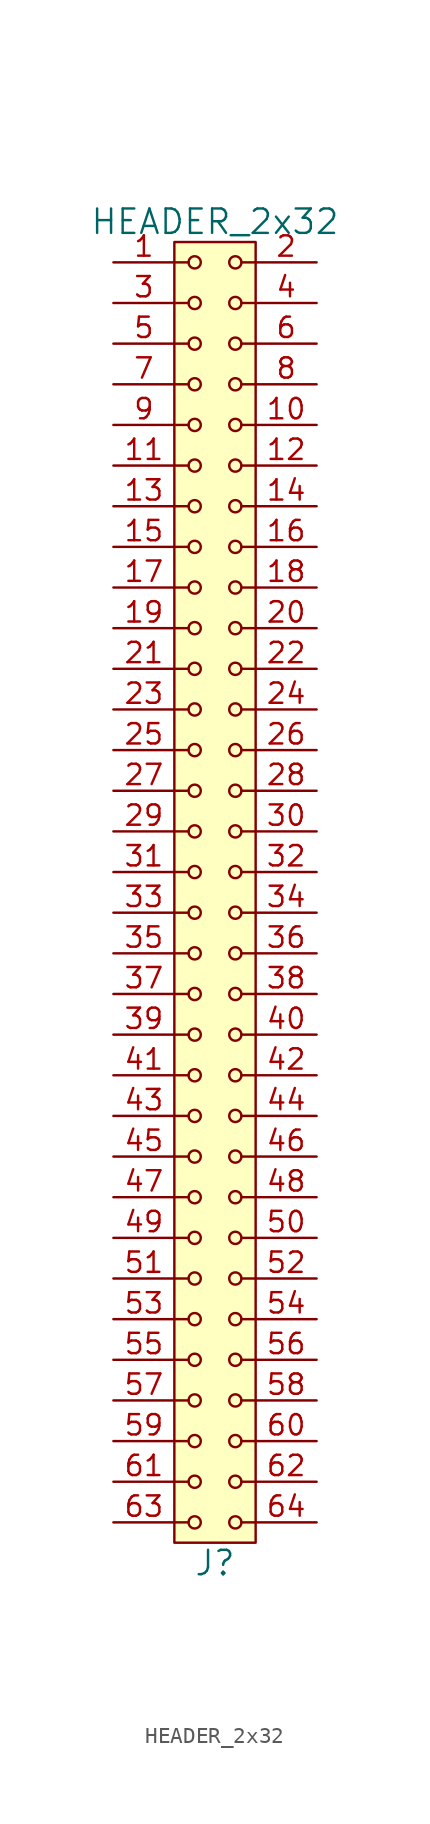
<source format=kicad_sym>
(kicad_symbol_lib
  (version 20211014)
  (generator kicad_symbol_editor)
  (symbol "HEADER_2x32"
    (pin_names
      (offset 1.016))
    (property "Reference" "J"
      (at 0 -41.91 0)
      (effects (font (size 1.524 1.524))))
    (property "Value" "HEADER_2x32"
      (at 0 41.91 0)
      (effects (font (size 1.524 1.524))))
    (property "Footprint" ""
      (at 0 39.37 0)
      (effects (font (size 1.524 1.524))))
    (property "Datasheet" ""
      (at 0 39.37 0)
      (effects (font (size 1.524 1.524))))
    (symbol "HEADER_2x32_0_1"
      (rectangle (start -2.54 40.64) (end 2.54 -40.64) (stroke (width 0) (type default) (color 0 0 0 0)) (fill (type background)))
      (circle (center -1.27 -39.37) (radius 0.381) (stroke (width 0) (type default) (color 0 0 0 0)) (fill (type none)))
      (circle (center -1.27 -36.83) (radius 0.381) (stroke (width 0) (type default) (color 0 0 0 0)) (fill (type none)))
      (circle (center -1.27 -34.29) (radius 0.381) (stroke (width 0) (type default) (color 0 0 0 0)) (fill (type none)))
      (circle (center -1.27 -31.75) (radius 0.381) (stroke (width 0) (type default) (color 0 0 0 0)) (fill (type none)))
      (circle (center -1.27 -29.21) (radius 0.381) (stroke (width 0) (type default) (color 0 0 0 0)) (fill (type none)))
      (circle (center -1.27 -26.67) (radius 0.381) (stroke (width 0) (type default) (color 0 0 0 0)) (fill (type none)))
      (circle (center -1.27 -24.13) (radius 0.381) (stroke (width 0) (type default) (color 0 0 0 0)) (fill (type none)))
      (circle (center -1.27 -21.59) (radius 0.381) (stroke (width 0) (type default) (color 0 0 0 0)) (fill (type none)))
      (circle (center -1.27 -19.05) (radius 0.381) (stroke (width 0) (type default) (color 0 0 0 0)) (fill (type none)))
      (circle (center -1.27 -16.51) (radius 0.381) (stroke (width 0) (type default) (color 0 0 0 0)) (fill (type none)))
      (circle (center -1.27 -13.97) (radius 0.381) (stroke (width 0) (type default) (color 0 0 0 0)) (fill (type none)))
      (circle (center -1.27 -11.43) (radius 0.381) (stroke (width 0) (type default) (color 0 0 0 0)) (fill (type none)))
      (circle (center -1.27 -8.89) (radius 0.381) (stroke (width 0) (type default) (color 0 0 0 0)) (fill (type none)))
      (circle (center -1.27 -6.35) (radius 0.381) (stroke (width 0) (type default) (color 0 0 0 0)) (fill (type none)))
      (circle (center -1.27 -3.81) (radius 0.381) (stroke (width 0) (type default) (color 0 0 0 0)) (fill (type none)))
      (circle (center -1.27 -1.27) (radius 0.381) (stroke (width 0) (type default) (color 0 0 0 0)) (fill (type none)))
      (circle (center -1.27 1.27) (radius 0.381) (stroke (width 0) (type default) (color 0 0 0 0)) (fill (type none)))
      (circle (center -1.27 3.81) (radius 0.381) (stroke (width 0) (type default) (color 0 0 0 0)) (fill (type none)))
      (circle (center -1.27 6.35) (radius 0.381) (stroke (width 0) (type default) (color 0 0 0 0)) (fill (type none)))
      (circle (center -1.27 8.89) (radius 0.381) (stroke (width 0) (type default) (color 0 0 0 0)) (fill (type none)))
      (circle (center -1.27 11.43) (radius 0.381) (stroke (width 0) (type default) (color 0 0 0 0)) (fill (type none)))
      (circle (center -1.27 13.97) (radius 0.381) (stroke (width 0) (type default) (color 0 0 0 0)) (fill (type none)))
      (circle (center -1.27 16.51) (radius 0.381) (stroke (width 0) (type default) (color 0 0 0 0)) (fill (type none)))
      (circle (center -1.27 19.05) (radius 0.381) (stroke (width 0) (type default) (color 0 0 0 0)) (fill (type none)))
      (circle (center -1.27 21.59) (radius 0.381) (stroke (width 0) (type default) (color 0 0 0 0)) (fill (type none)))
      (circle (center -1.27 24.13) (radius 0.381) (stroke (width 0) (type default) (color 0 0 0 0)) (fill (type none)))
      (circle (center -1.27 26.67) (radius 0.381) (stroke (width 0) (type default) (color 0 0 0 0)) (fill (type none)))
      (circle (center -1.27 29.21) (radius 0.381) (stroke (width 0) (type default) (color 0 0 0 0)) (fill (type none)))
      (circle (center -1.27 31.75) (radius 0.381) (stroke (width 0) (type default) (color 0 0 0 0)) (fill (type none)))
      (circle (center -1.27 34.29) (radius 0.381) (stroke (width 0) (type default) (color 0 0 0 0)) (fill (type none)))
      (circle (center -1.27 36.83) (radius 0.381) (stroke (width 0) (type default) (color 0 0 0 0)) (fill (type none)))
      (circle (center -1.27 39.37) (radius 0.381) (stroke (width 0) (type default) (color 0 0 0 0)) (fill (type none)))
      (polyline (pts (xy -1.651 -39.37) (xy -2.54 -39.37)) (stroke (width 0) (type default) (color 0 0 0 0)) (fill (type none)))
      (polyline (pts (xy -1.651 -36.83) (xy -2.54 -36.83)) (stroke (width 0) (type default) (color 0 0 0 0)) (fill (type none)))
      (polyline (pts (xy -1.651 -34.29) (xy -2.54 -34.29)) (stroke (width 0) (type default) (color 0 0 0 0)) (fill (type none)))
      (polyline (pts (xy -1.651 -31.75) (xy -2.54 -31.75)) (stroke (width 0) (type default) (color 0 0 0 0)) (fill (type none)))
      (polyline (pts (xy -1.651 -29.21) (xy -2.54 -29.21)) (stroke (width 0) (type default) (color 0 0 0 0)) (fill (type none)))
      (polyline (pts (xy -1.651 -26.67) (xy -2.54 -26.67)) (stroke (width 0) (type default) (color 0 0 0 0)) (fill (type none)))
      (polyline (pts (xy -1.651 -24.13) (xy -2.54 -24.13)) (stroke (width 0) (type default) (color 0 0 0 0)) (fill (type none)))
      (polyline (pts (xy -1.651 -21.59) (xy -2.54 -21.59)) (stroke (width 0) (type default) (color 0 0 0 0)) (fill (type none)))
      (polyline (pts (xy -1.651 -19.05) (xy -2.54 -19.05)) (stroke (width 0) (type default) (color 0 0 0 0)) (fill (type none)))
      (polyline (pts (xy -1.651 -16.51) (xy -2.54 -16.51)) (stroke (width 0) (type default) (color 0 0 0 0)) (fill (type none)))
      (polyline (pts (xy -1.651 -13.97) (xy -2.54 -13.97)) (stroke (width 0) (type default) (color 0 0 0 0)) (fill (type none)))
      (polyline (pts (xy -1.651 -11.43) (xy -2.54 -11.43)) (stroke (width 0) (type default) (color 0 0 0 0)) (fill (type none)))
      (polyline (pts (xy -1.651 -8.89) (xy -2.54 -8.89)) (stroke (width 0) (type default) (color 0 0 0 0)) (fill (type none)))
      (polyline (pts (xy -1.651 -6.35) (xy -2.54 -6.35)) (stroke (width 0) (type default) (color 0 0 0 0)) (fill (type none)))
      (polyline (pts (xy -1.651 -3.81) (xy -2.54 -3.81)) (stroke (width 0) (type default) (color 0 0 0 0)) (fill (type none)))
      (polyline (pts (xy -1.651 -1.27) (xy -2.54 -1.27)) (stroke (width 0) (type default) (color 0 0 0 0)) (fill (type none)))
      (polyline (pts (xy -1.651 1.27) (xy -2.54 1.27)) (stroke (width 0) (type default) (color 0 0 0 0)) (fill (type none)))
      (polyline (pts (xy -1.651 3.81) (xy -2.54 3.81)) (stroke (width 0) (type default) (color 0 0 0 0)) (fill (type none)))
      (polyline (pts (xy -1.651 6.35) (xy -2.54 6.35)) (stroke (width 0) (type default) (color 0 0 0 0)) (fill (type none)))
      (polyline (pts (xy -1.651 8.89) (xy -2.54 8.89)) (stroke (width 0) (type default) (color 0 0 0 0)) (fill (type none)))
      (polyline (pts (xy -1.651 11.43) (xy -2.54 11.43)) (stroke (width 0) (type default) (color 0 0 0 0)) (fill (type none)))
      (polyline (pts (xy -1.651 13.97) (xy -2.54 13.97)) (stroke (width 0) (type default) (color 0 0 0 0)) (fill (type none)))
      (polyline (pts (xy -1.651 16.51) (xy -2.54 16.51)) (stroke (width 0) (type default) (color 0 0 0 0)) (fill (type none)))
      (polyline (pts (xy -1.651 19.05) (xy -2.54 19.05)) (stroke (width 0) (type default) (color 0 0 0 0)) (fill (type none)))
      (polyline (pts (xy -1.651 21.59) (xy -2.54 21.59)) (stroke (width 0) (type default) (color 0 0 0 0)) (fill (type none)))
      (polyline (pts (xy -1.651 24.13) (xy -2.54 24.13)) (stroke (width 0) (type default) (color 0 0 0 0)) (fill (type none)))
      (polyline (pts (xy -1.651 26.67) (xy -2.54 26.67)) (stroke (width 0) (type default) (color 0 0 0 0)) (fill (type none)))
      (polyline (pts (xy -1.651 29.21) (xy -2.54 29.21)) (stroke (width 0) (type default) (color 0 0 0 0)) (fill (type none)))
      (polyline (pts (xy -1.651 31.75) (xy -2.54 31.75)) (stroke (width 0) (type default) (color 0 0 0 0)) (fill (type none)))
      (polyline (pts (xy -1.651 34.29) (xy -2.54 34.29)) (stroke (width 0) (type default) (color 0 0 0 0)) (fill (type none)))
      (polyline (pts (xy -1.651 36.83) (xy -2.54 36.83)) (stroke (width 0) (type default) (color 0 0 0 0)) (fill (type none)))
      (polyline (pts (xy -1.651 39.37) (xy -2.54 39.37)) (stroke (width 0) (type default) (color 0 0 0 0)) (fill (type none)))
      (polyline (pts (xy 1.651 -39.37) (xy 2.54 -39.37)) (stroke (width 0) (type default) (color 0 0 0 0)) (fill (type none)))
      (polyline (pts (xy 1.651 -36.83) (xy 2.54 -36.83)) (stroke (width 0) (type default) (color 0 0 0 0)) (fill (type none)))
      (polyline (pts (xy 1.651 -34.29) (xy 2.54 -34.29)) (stroke (width 0) (type default) (color 0 0 0 0)) (fill (type none)))
      (polyline (pts (xy 1.651 -31.75) (xy 2.54 -31.75)) (stroke (width 0) (type default) (color 0 0 0 0)) (fill (type none)))
      (polyline (pts (xy 1.651 -29.21) (xy 2.54 -29.21)) (stroke (width 0) (type default) (color 0 0 0 0)) (fill (type none)))
      (polyline (pts (xy 1.651 -26.67) (xy 2.54 -26.67)) (stroke (width 0) (type default) (color 0 0 0 0)) (fill (type none)))
      (polyline (pts (xy 1.651 -24.13) (xy 2.54 -24.13)) (stroke (width 0) (type default) (color 0 0 0 0)) (fill (type none)))
      (polyline (pts (xy 1.651 -21.59) (xy 2.54 -21.59)) (stroke (width 0) (type default) (color 0 0 0 0)) (fill (type none)))
      (polyline (pts (xy 1.651 -19.05) (xy 2.54 -19.05)) (stroke (width 0) (type default) (color 0 0 0 0)) (fill (type none)))
      (polyline (pts (xy 1.651 -16.51) (xy 2.54 -16.51)) (stroke (width 0) (type default) (color 0 0 0 0)) (fill (type none)))
      (polyline (pts (xy 1.651 -13.97) (xy 2.54 -13.97)) (stroke (width 0) (type default) (color 0 0 0 0)) (fill (type none)))
      (polyline (pts (xy 1.651 -11.43) (xy 2.54 -11.43)) (stroke (width 0) (type default) (color 0 0 0 0)) (fill (type none)))
      (polyline (pts (xy 1.651 -8.89) (xy 2.54 -8.89)) (stroke (width 0) (type default) (color 0 0 0 0)) (fill (type none)))
      (polyline (pts (xy 1.651 -6.35) (xy 2.54 -6.35)) (stroke (width 0) (type default) (color 0 0 0 0)) (fill (type none)))
      (polyline (pts (xy 1.651 -3.81) (xy 2.54 -3.81)) (stroke (width 0) (type default) (color 0 0 0 0)) (fill (type none)))
      (polyline (pts (xy 1.651 -1.27) (xy 2.54 -1.27)) (stroke (width 0) (type default) (color 0 0 0 0)) (fill (type none)))
      (polyline (pts (xy 1.651 1.27) (xy 2.54 1.27)) (stroke (width 0) (type default) (color 0 0 0 0)) (fill (type none)))
      (polyline (pts (xy 1.651 3.81) (xy 2.54 3.81)) (stroke (width 0) (type default) (color 0 0 0 0)) (fill (type none)))
      (polyline (pts (xy 1.651 6.35) (xy 2.54 6.35)) (stroke (width 0) (type default) (color 0 0 0 0)) (fill (type none)))
      (polyline (pts (xy 1.651 8.89) (xy 2.54 8.89)) (stroke (width 0) (type default) (color 0 0 0 0)) (fill (type none)))
      (polyline (pts (xy 1.651 11.43) (xy 2.54 11.43)) (stroke (width 0) (type default) (color 0 0 0 0)) (fill (type none)))
      (polyline (pts (xy 1.651 13.97) (xy 2.54 13.97)) (stroke (width 0) (type default) (color 0 0 0 0)) (fill (type none)))
      (polyline (pts (xy 1.651 16.51) (xy 2.54 16.51)) (stroke (width 0) (type default) (color 0 0 0 0)) (fill (type none)))
      (polyline (pts (xy 1.651 19.05) (xy 2.54 19.05)) (stroke (width 0) (type default) (color 0 0 0 0)) (fill (type none)))
      (polyline (pts (xy 1.651 21.59) (xy 2.54 21.59)) (stroke (width 0) (type default) (color 0 0 0 0)) (fill (type none)))
      (polyline (pts (xy 1.651 24.13) (xy 2.54 24.13)) (stroke (width 0) (type default) (color 0 0 0 0)) (fill (type none)))
      (polyline (pts (xy 1.651 26.67) (xy 2.54 26.67)) (stroke (width 0) (type default) (color 0 0 0 0)) (fill (type none)))
      (polyline (pts (xy 1.651 29.21) (xy 2.54 29.21)) (stroke (width 0) (type default) (color 0 0 0 0)) (fill (type none)))
      (polyline (pts (xy 1.651 31.75) (xy 2.54 31.75)) (stroke (width 0) (type default) (color 0 0 0 0)) (fill (type none)))
      (polyline (pts (xy 1.651 34.29) (xy 2.54 34.29)) (stroke (width 0) (type default) (color 0 0 0 0)) (fill (type none)))
      (polyline (pts (xy 1.651 36.83) (xy 2.54 36.83)) (stroke (width 0) (type default) (color 0 0 0 0)) (fill (type none)))
      (polyline (pts (xy 1.651 39.37) (xy 2.54 39.37)) (stroke (width 0) (type default) (color 0 0 0 0)) (fill (type none)))
      (circle (center 1.27 -39.37) (radius 0.381) (stroke (width 0) (type default) (color 0 0 0 0)) (fill (type none)))
      (circle (center 1.27 -36.83) (radius 0.381) (stroke (width 0) (type default) (color 0 0 0 0)) (fill (type none)))
      (circle (center 1.27 -34.29) (radius 0.381) (stroke (width 0) (type default) (color 0 0 0 0)) (fill (type none)))
      (circle (center 1.27 -31.75) (radius 0.381) (stroke (width 0) (type default) (color 0 0 0 0)) (fill (type none)))
      (circle (center 1.27 -29.21) (radius 0.381) (stroke (width 0) (type default) (color 0 0 0 0)) (fill (type none)))
      (circle (center 1.27 -26.67) (radius 0.381) (stroke (width 0) (type default) (color 0 0 0 0)) (fill (type none)))
      (circle (center 1.27 -24.13) (radius 0.381) (stroke (width 0) (type default) (color 0 0 0 0)) (fill (type none)))
      (circle (center 1.27 -21.59) (radius 0.381) (stroke (width 0) (type default) (color 0 0 0 0)) (fill (type none)))
      (circle (center 1.27 -19.05) (radius 0.381) (stroke (width 0) (type default) (color 0 0 0 0)) (fill (type none)))
      (circle (center 1.27 -16.51) (radius 0.381) (stroke (width 0) (type default) (color 0 0 0 0)) (fill (type none)))
      (circle (center 1.27 -13.97) (radius 0.381) (stroke (width 0) (type default) (color 0 0 0 0)) (fill (type none)))
      (circle (center 1.27 -11.43) (radius 0.381) (stroke (width 0) (type default) (color 0 0 0 0)) (fill (type none)))
      (circle (center 1.27 -8.89) (radius 0.381) (stroke (width 0) (type default) (color 0 0 0 0)) (fill (type none)))
      (circle (center 1.27 -6.35) (radius 0.381) (stroke (width 0) (type default) (color 0 0 0 0)) (fill (type none)))
      (circle (center 1.27 -3.81) (radius 0.381) (stroke (width 0) (type default) (color 0 0 0 0)) (fill (type none)))
      (circle (center 1.27 -1.27) (radius 0.381) (stroke (width 0) (type default) (color 0 0 0 0)) (fill (type none)))
      (circle (center 1.27 1.27) (radius 0.381) (stroke (width 0) (type default) (color 0 0 0 0)) (fill (type none)))
      (circle (center 1.27 3.81) (radius 0.381) (stroke (width 0) (type default) (color 0 0 0 0)) (fill (type none)))
      (circle (center 1.27 6.35) (radius 0.381) (stroke (width 0) (type default) (color 0 0 0 0)) (fill (type none)))
      (circle (center 1.27 8.89) (radius 0.381) (stroke (width 0) (type default) (color 0 0 0 0)) (fill (type none)))
      (circle (center 1.27 11.43) (radius 0.381) (stroke (width 0) (type default) (color 0 0 0 0)) (fill (type none)))
      (circle (center 1.27 13.97) (radius 0.381) (stroke (width 0) (type default) (color 0 0 0 0)) (fill (type none)))
      (circle (center 1.27 16.51) (radius 0.381) (stroke (width 0) (type default) (color 0 0 0 0)) (fill (type none)))
      (circle (center 1.27 19.05) (radius 0.381) (stroke (width 0) (type default) (color 0 0 0 0)) (fill (type none)))
      (circle (center 1.27 21.59) (radius 0.381) (stroke (width 0) (type default) (color 0 0 0 0)) (fill (type none)))
      (circle (center 1.27 24.13) (radius 0.381) (stroke (width 0) (type default) (color 0 0 0 0)) (fill (type none)))
      (circle (center 1.27 26.67) (radius 0.381) (stroke (width 0) (type default) (color 0 0 0 0)) (fill (type none)))
      (circle (center 1.27 29.21) (radius 0.381) (stroke (width 0) (type default) (color 0 0 0 0)) (fill (type none)))
      (circle (center 1.27 31.75) (radius 0.381) (stroke (width 0) (type default) (color 0 0 0 0)) (fill (type none)))
      (circle (center 1.27 34.29) (radius 0.381) (stroke (width 0) (type default) (color 0 0 0 0)) (fill (type none)))
      (circle (center 1.27 36.83) (radius 0.381) (stroke (width 0) (type default) (color 0 0 0 0)) (fill (type none)))
      (circle (center 1.27 39.37) (radius 0.381) (stroke (width 0) (type default) (color 0 0 0 0)) (fill (type none))))
    (symbol "HEADER_2x32_1_1"
      (pin input line (at -6.35 39.37 0) (length 3.81) (name "~" (effects (font (size 1.27 1.27)))) (number "1" (effects (font (size 1.27 1.27)))))
      (pin input line (at 6.35 29.21 180) (length 3.81) (name "~" (effects (font (size 1.27 1.27)))) (number "10" (effects (font (size 1.27 1.27)))))
      (pin input line (at -6.35 26.67 0) (length 3.81) (name "~" (effects (font (size 1.27 1.27)))) (number "11" (effects (font (size 1.27 1.27)))))
      (pin input line (at 6.35 26.67 180) (length 3.81) (name "~" (effects (font (size 1.27 1.27)))) (number "12" (effects (font (size 1.27 1.27)))))
      (pin input line (at -6.35 24.13 0) (length 3.81) (name "~" (effects (font (size 1.27 1.27)))) (number "13" (effects (font (size 1.27 1.27)))))
      (pin input line (at 6.35 24.13 180) (length 3.81) (name "~" (effects (font (size 1.27 1.27)))) (number "14" (effects (font (size 1.27 1.27)))))
      (pin input line (at -6.35 21.59 0) (length 3.81) (name "~" (effects (font (size 1.27 1.27)))) (number "15" (effects (font (size 1.27 1.27)))))
      (pin input line (at 6.35 21.59 180) (length 3.81) (name "~" (effects (font (size 1.27 1.27)))) (number "16" (effects (font (size 1.27 1.27)))))
      (pin input line (at -6.35 19.05 0) (length 3.81) (name "~" (effects (font (size 1.27 1.27)))) (number "17" (effects (font (size 1.27 1.27)))))
      (pin input line (at 6.35 19.05 180) (length 3.81) (name "~" (effects (font (size 1.27 1.27)))) (number "18" (effects (font (size 1.27 1.27)))))
      (pin input line (at -6.35 16.51 0) (length 3.81) (name "~" (effects (font (size 1.27 1.27)))) (number "19" (effects (font (size 1.27 1.27)))))
      (pin input line (at 6.35 39.37 180) (length 3.81) (name "~" (effects (font (size 1.27 1.27)))) (number "2" (effects (font (size 1.27 1.27)))))
      (pin input line (at 6.35 16.51 180) (length 3.81) (name "~" (effects (font (size 1.27 1.27)))) (number "20" (effects (font (size 1.27 1.27)))))
      (pin input line (at -6.35 13.97 0) (length 3.81) (name "~" (effects (font (size 1.27 1.27)))) (number "21" (effects (font (size 1.27 1.27)))))
      (pin input line (at 6.35 13.97 180) (length 3.81) (name "~" (effects (font (size 1.27 1.27)))) (number "22" (effects (font (size 1.27 1.27)))))
      (pin input line (at -6.35 11.43 0) (length 3.81) (name "~" (effects (font (size 1.27 1.27)))) (number "23" (effects (font (size 1.27 1.27)))))
      (pin input line (at 6.35 11.43 180) (length 3.81) (name "~" (effects (font (size 1.27 1.27)))) (number "24" (effects (font (size 1.27 1.27)))))
      (pin input line (at -6.35 8.89 0) (length 3.81) (name "~" (effects (font (size 1.27 1.27)))) (number "25" (effects (font (size 1.27 1.27)))))
      (pin input line (at 6.35 8.89 180) (length 3.81) (name "~" (effects (font (size 1.27 1.27)))) (number "26" (effects (font (size 1.27 1.27)))))
      (pin input line (at -6.35 6.35 0) (length 3.81) (name "~" (effects (font (size 1.27 1.27)))) (number "27" (effects (font (size 1.27 1.27)))))
      (pin input line (at 6.35 6.35 180) (length 3.81) (name "~" (effects (font (size 1.27 1.27)))) (number "28" (effects (font (size 1.27 1.27)))))
      (pin input line (at -6.35 3.81 0) (length 3.81) (name "~" (effects (font (size 1.27 1.27)))) (number "29" (effects (font (size 1.27 1.27)))))
      (pin input line (at -6.35 36.83 0) (length 3.81) (name "~" (effects (font (size 1.27 1.27)))) (number "3" (effects (font (size 1.27 1.27)))))
      (pin input line (at 6.35 3.81 180) (length 3.81) (name "~" (effects (font (size 1.27 1.27)))) (number "30" (effects (font (size 1.27 1.27)))))
      (pin input line (at -6.35 1.27 0) (length 3.81) (name "~" (effects (font (size 1.27 1.27)))) (number "31" (effects (font (size 1.27 1.27)))))
      (pin input line (at 6.35 1.27 180) (length 3.81) (name "~" (effects (font (size 1.27 1.27)))) (number "32" (effects (font (size 1.27 1.27)))))
      (pin input line (at -6.35 -1.27 0) (length 3.81) (name "~" (effects (font (size 1.27 1.27)))) (number "33" (effects (font (size 1.27 1.27)))))
      (pin input line (at 6.35 -1.27 180) (length 3.81) (name "~" (effects (font (size 1.27 1.27)))) (number "34" (effects (font (size 1.27 1.27)))))
      (pin input line (at -6.35 -3.81 0) (length 3.81) (name "~" (effects (font (size 1.27 1.27)))) (number "35" (effects (font (size 1.27 1.27)))))
      (pin input line (at 6.35 -3.81 180) (length 3.81) (name "~" (effects (font (size 1.27 1.27)))) (number "36" (effects (font (size 1.27 1.27)))))
      (pin input line (at -6.35 -6.35 0) (length 3.81) (name "~" (effects (font (size 1.27 1.27)))) (number "37" (effects (font (size 1.27 1.27)))))
      (pin input line (at 6.35 -6.35 180) (length 3.81) (name "~" (effects (font (size 1.27 1.27)))) (number "38" (effects (font (size 1.27 1.27)))))
      (pin input line (at -6.35 -8.89 0) (length 3.81) (name "~" (effects (font (size 1.27 1.27)))) (number "39" (effects (font (size 1.27 1.27)))))
      (pin input line (at 6.35 36.83 180) (length 3.81) (name "~" (effects (font (size 1.27 1.27)))) (number "4" (effects (font (size 1.27 1.27)))))
      (pin input line (at 6.35 -8.89 180) (length 3.81) (name "~" (effects (font (size 1.27 1.27)))) (number "40" (effects (font (size 1.27 1.27)))))
      (pin input line (at -6.35 -11.43 0) (length 3.81) (name "~" (effects (font (size 1.27 1.27)))) (number "41" (effects (font (size 1.27 1.27)))))
      (pin input line (at 6.35 -11.43 180) (length 3.81) (name "~" (effects (font (size 1.27 1.27)))) (number "42" (effects (font (size 1.27 1.27)))))
      (pin input line (at -6.35 -13.97 0) (length 3.81) (name "~" (effects (font (size 1.27 1.27)))) (number "43" (effects (font (size 1.27 1.27)))))
      (pin input line (at 6.35 -13.97 180) (length 3.81) (name "~" (effects (font (size 1.27 1.27)))) (number "44" (effects (font (size 1.27 1.27)))))
      (pin input line (at -6.35 -16.51 0) (length 3.81) (name "~" (effects (font (size 1.27 1.27)))) (number "45" (effects (font (size 1.27 1.27)))))
      (pin input line (at 6.35 -16.51 180) (length 3.81) (name "~" (effects (font (size 1.27 1.27)))) (number "46" (effects (font (size 1.27 1.27)))))
      (pin input line (at -6.35 -19.05 0) (length 3.81) (name "~" (effects (font (size 1.27 1.27)))) (number "47" (effects (font (size 1.27 1.27)))))
      (pin input line (at 6.35 -19.05 180) (length 3.81) (name "~" (effects (font (size 1.27 1.27)))) (number "48" (effects (font (size 1.27 1.27)))))
      (pin input line (at -6.35 -21.59 0) (length 3.81) (name "~" (effects (font (size 1.27 1.27)))) (number "49" (effects (font (size 1.27 1.27)))))
      (pin input line (at -6.35 34.29 0) (length 3.81) (name "~" (effects (font (size 1.27 1.27)))) (number "5" (effects (font (size 1.27 1.27)))))
      (pin input line (at 6.35 -21.59 180) (length 3.81) (name "~" (effects (font (size 1.27 1.27)))) (number "50" (effects (font (size 1.27 1.27)))))
      (pin input line (at -6.35 -24.13 0) (length 3.81) (name "~" (effects (font (size 1.27 1.27)))) (number "51" (effects (font (size 1.27 1.27)))))
      (pin input line (at 6.35 -24.13 180) (length 3.81) (name "~" (effects (font (size 1.27 1.27)))) (number "52" (effects (font (size 1.27 1.27)))))
      (pin input line (at -6.35 -26.67 0) (length 3.81) (name "~" (effects (font (size 1.27 1.27)))) (number "53" (effects (font (size 1.27 1.27)))))
      (pin input line (at 6.35 -26.67 180) (length 3.81) (name "~" (effects (font (size 1.27 1.27)))) (number "54" (effects (font (size 1.27 1.27)))))
      (pin input line (at -6.35 -29.21 0) (length 3.81) (name "~" (effects (font (size 1.27 1.27)))) (number "55" (effects (font (size 1.27 1.27)))))
      (pin input line (at 6.35 -29.21 180) (length 3.81) (name "~" (effects (font (size 1.27 1.27)))) (number "56" (effects (font (size 1.27 1.27)))))
      (pin input line (at -6.35 -31.75 0) (length 3.81) (name "~" (effects (font (size 1.27 1.27)))) (number "57" (effects (font (size 1.27 1.27)))))
      (pin input line (at 6.35 -31.75 180) (length 3.81) (name "~" (effects (font (size 1.27 1.27)))) (number "58" (effects (font (size 1.27 1.27)))))
      (pin input line (at -6.35 -34.29 0) (length 3.81) (name "~" (effects (font (size 1.27 1.27)))) (number "59" (effects (font (size 1.27 1.27)))))
      (pin input line (at 6.35 34.29 180) (length 3.81) (name "~" (effects (font (size 1.27 1.27)))) (number "6" (effects (font (size 1.27 1.27)))))
      (pin input line (at 6.35 -34.29 180) (length 3.81) (name "~" (effects (font (size 1.27 1.27)))) (number "60" (effects (font (size 1.27 1.27)))))
      (pin input line (at -6.35 -36.83 0) (length 3.81) (name "~" (effects (font (size 1.27 1.27)))) (number "61" (effects (font (size 1.27 1.27)))))
      (pin input line (at 6.35 -36.83 180) (length 3.81) (name "~" (effects (font (size 1.27 1.27)))) (number "62" (effects (font (size 1.27 1.27)))))
      (pin input line (at -6.35 -39.37 0) (length 3.81) (name "~" (effects (font (size 1.27 1.27)))) (number "63" (effects (font (size 1.27 1.27)))))
      (pin input line (at 6.35 -39.37 180) (length 3.81) (name "~" (effects (font (size 1.27 1.27)))) (number "64" (effects (font (size 1.27 1.27)))))
      (pin input line (at -6.35 31.75 0) (length 3.81) (name "~" (effects (font (size 1.27 1.27)))) (number "7" (effects (font (size 1.27 1.27)))))
      (pin input line (at 6.35 31.75 180) (length 3.81) (name "~" (effects (font (size 1.27 1.27)))) (number "8" (effects (font (size 1.27 1.27)))))
      (pin input line (at -6.35 29.21 0) (length 3.81) (name "~" (effects (font (size 1.27 1.27)))) (number "9" (effects (font (size 1.27 1.27))))))))
</source>
